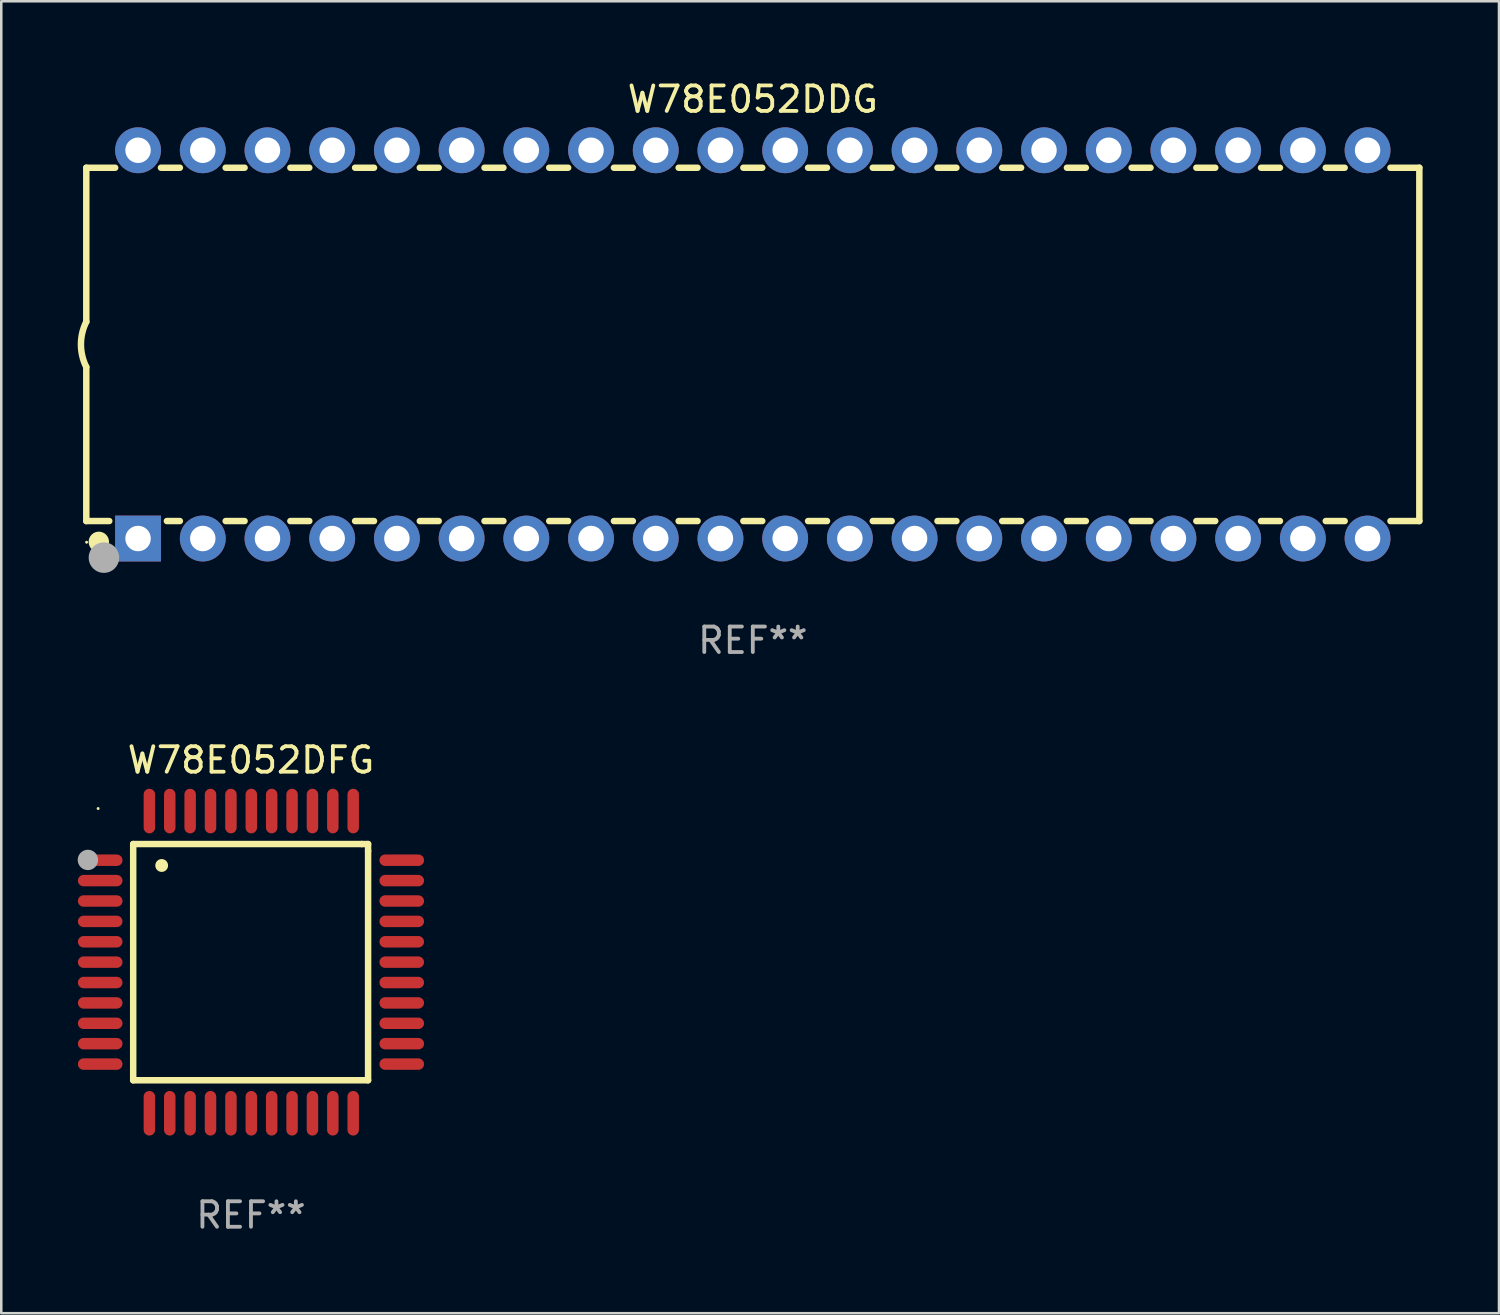
<source format=kicad_pcb>
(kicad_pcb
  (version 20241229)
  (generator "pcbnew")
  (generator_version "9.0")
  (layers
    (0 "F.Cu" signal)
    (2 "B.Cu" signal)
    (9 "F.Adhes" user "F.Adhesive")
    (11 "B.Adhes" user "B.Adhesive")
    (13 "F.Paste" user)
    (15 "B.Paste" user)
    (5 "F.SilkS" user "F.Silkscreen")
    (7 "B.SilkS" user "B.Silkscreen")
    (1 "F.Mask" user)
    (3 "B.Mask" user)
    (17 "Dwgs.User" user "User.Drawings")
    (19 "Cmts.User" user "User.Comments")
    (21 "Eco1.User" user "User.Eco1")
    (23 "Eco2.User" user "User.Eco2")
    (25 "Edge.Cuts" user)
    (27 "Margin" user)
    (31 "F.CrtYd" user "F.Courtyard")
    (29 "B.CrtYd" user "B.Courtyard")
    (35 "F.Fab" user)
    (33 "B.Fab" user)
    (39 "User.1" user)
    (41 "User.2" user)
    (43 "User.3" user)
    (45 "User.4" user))
  (footprint "W78E052DDG"
    (layer "F.Cu")
    (at 26.499 10.468)
    (property "Reference" "W78E052DDG" (at 0 -9.62 0) (layer "F.SilkS") (effects (font (size 1 1) (thickness 0.15))))
    (attr through_hole)
    (fp_line (start -26.162 -6.934) (end -26.162 -0.889) (stroke (width 0.254) (type solid)) (layer "F.SilkS"))
    (fp_line (start -26.162 -6.934) (end -25.029 -6.934) (stroke (width 0.254) (type solid)) (layer "F.SilkS"))
    (fp_line (start -26.162 6.934) (end -26.162 0.889) (stroke (width 0.254) (type solid)) (layer "F.SilkS"))
    (fp_line (start -26.162 6.934) (end -25.261 6.934) (stroke (width 0.254) (type solid)) (layer "F.SilkS"))
    (fp_line (start -23.231 -6.934) (end -22.489 -6.934) (stroke (width 0.254) (type solid)) (layer "F.SilkS"))
    (fp_line (start -22.999 6.934) (end -22.489 6.934) (stroke (width 0.254) (type solid)) (layer "F.SilkS"))
    (fp_line (start -20.691 -6.934) (end -19.949 -6.934) (stroke (width 0.254) (type solid)) (layer "F.SilkS"))
    (fp_line (start -20.691 6.934) (end -19.949 6.934) (stroke (width 0.254) (type solid)) (layer "F.SilkS"))
    (fp_line (start -18.151 -6.934) (end -17.409 -6.934) (stroke (width 0.254) (type solid)) (layer "F.SilkS"))
    (fp_line (start -18.151 6.934) (end -17.409 6.934) (stroke (width 0.254) (type solid)) (layer "F.SilkS"))
    (fp_line (start -15.611 -6.934) (end -14.869 -6.934) (stroke (width 0.254) (type solid)) (layer "F.SilkS"))
    (fp_line (start -15.611 6.934) (end -14.869 6.934) (stroke (width 0.254) (type solid)) (layer "F.SilkS"))
    (fp_line (start -13.071 -6.934) (end -12.329 -6.934) (stroke (width 0.254) (type solid)) (layer "F.SilkS"))
    (fp_line (start -13.071 6.934) (end -12.329 6.934) (stroke (width 0.254) (type solid)) (layer "F.SilkS"))
    (fp_line (start -10.531 -6.934) (end -9.789 -6.934) (stroke (width 0.254) (type solid)) (layer "F.SilkS"))
    (fp_line (start -10.531 6.934) (end -9.789 6.934) (stroke (width 0.254) (type solid)) (layer "F.SilkS"))
    (fp_line (start -7.991 -6.934) (end -7.249 -6.934) (stroke (width 0.254) (type solid)) (layer "F.SilkS"))
    (fp_line (start -7.991 6.934) (end -7.249 6.934) (stroke (width 0.254) (type solid)) (layer "F.SilkS"))
    (fp_line (start -5.451 -6.934) (end -4.709 -6.934) (stroke (width 0.254) (type solid)) (layer "F.SilkS"))
    (fp_line (start -5.451 6.934) (end -4.709 6.934) (stroke (width 0.254) (type solid)) (layer "F.SilkS"))
    (fp_line (start -2.911 -6.934) (end -2.169 -6.934) (stroke (width 0.254) (type solid)) (layer "F.SilkS"))
    (fp_line (start -2.911 6.934) (end -2.169 6.934) (stroke (width 0.254) (type solid)) (layer "F.SilkS"))
    (fp_line (start -0.371 -6.934) (end 0.371 -6.934) (stroke (width 0.254) (type solid)) (layer "F.SilkS"))
    (fp_line (start -0.371 6.934) (end 0.371 6.934) (stroke (width 0.254) (type solid)) (layer "F.SilkS"))
    (fp_line (start 2.169 -6.934) (end 2.911 -6.934) (stroke (width 0.254) (type solid)) (layer "F.SilkS"))
    (fp_line (start 2.169 6.934) (end 2.911 6.934) (stroke (width 0.254) (type solid)) (layer "F.SilkS"))
    (fp_line (start 4.709 -6.934) (end 5.451 -6.934) (stroke (width 0.254) (type solid)) (layer "F.SilkS"))
    (fp_line (start 4.709 6.934) (end 5.451 6.934) (stroke (width 0.254) (type solid)) (layer "F.SilkS"))
    (fp_line (start 7.249 -6.934) (end 7.991 -6.934) (stroke (width 0.254) (type solid)) (layer "F.SilkS"))
    (fp_line (start 7.249 6.934) (end 7.991 6.934) (stroke (width 0.254) (type solid)) (layer "F.SilkS"))
    (fp_line (start 9.789 -6.934) (end 10.531 -6.934) (stroke (width 0.254) (type solid)) (layer "F.SilkS"))
    (fp_line (start 9.789 6.934) (end 10.531 6.934) (stroke (width 0.254) (type solid)) (layer "F.SilkS"))
    (fp_line (start 12.329 -6.934) (end 13.071 -6.934) (stroke (width 0.254) (type solid)) (layer "F.SilkS"))
    (fp_line (start 12.329 6.934) (end 13.071 6.934) (stroke (width 0.254) (type solid)) (layer "F.SilkS"))
    (fp_line (start 14.869 -6.934) (end 15.611 -6.934) (stroke (width 0.254) (type solid)) (layer "F.SilkS"))
    (fp_line (start 14.869 6.934) (end 15.611 6.934) (stroke (width 0.254) (type solid)) (layer "F.SilkS"))
    (fp_line (start 17.409 -6.934) (end 18.151 -6.934) (stroke (width 0.254) (type solid)) (layer "F.SilkS"))
    (fp_line (start 17.409 6.934) (end 18.151 6.934) (stroke (width 0.254) (type solid)) (layer "F.SilkS"))
    (fp_line (start 19.949 -6.934) (end 20.691 -6.934) (stroke (width 0.254) (type solid)) (layer "F.SilkS"))
    (fp_line (start 19.949 6.934) (end 20.691 6.934) (stroke (width 0.254) (type solid)) (layer "F.SilkS"))
    (fp_line (start 22.489 -6.934) (end 23.231 -6.934) (stroke (width 0.254) (type solid)) (layer "F.SilkS"))
    (fp_line (start 22.489 6.934) (end 23.231 6.934) (stroke (width 0.254) (type solid)) (layer "F.SilkS"))
    (fp_line (start 25.029 -6.934) (end 26.162 -6.934) (stroke (width 0.254) (type solid)) (layer "F.SilkS"))
    (fp_line (start 25.029 6.934) (end 26.162 6.934) (stroke (width 0.254) (type solid)) (layer "F.SilkS"))
    (fp_line (start 26.162 -6.934) (end 26.162 6.934) (stroke (width 0.254) (type solid)) (layer "F.SilkS"))
    (fp_arc (start -26.162052 0.889001) (mid -26.371917 0) (end -26.162052 -0.889002) (stroke (width 0.254001) (type solid)) (layer "F.SilkS"))
    (fp_circle (center -26.15 7.765) (end -26.12 7.765) (stroke (width 0.06) (type solid)) (fill no) (layer "F.SilkS"))
    (fp_circle (center -25.67 7.75) (end -25.47 7.75) (stroke (width 0.4) (type solid)) (fill no) (layer "F.SilkS"))
    (fp_circle (center -25.47 8.37) (end -25.17 8.37) (stroke (width 0.6) (type solid)) (fill no) (layer "F.Fab"))
    (fp_text user "REF**" (at 0 11.62 0) (layer "F.Fab") (effects (font (size 1 1) (thickness 0.15))))
    (pad "1" thru_hole rect (at -24.13 7.62) (size 1.8 1.8) (drill 1) (layers "*.Cu" "*.Mask"))
    (pad "2" thru_hole circle (at -21.59 7.62) (size 1.8 1.8) (drill 1) (layers "*.Cu" "*.Mask"))
    (pad "3" thru_hole circle (at -19.05 7.62) (size 1.8 1.8) (drill 1) (layers "*.Cu" "*.Mask"))
    (pad "4" thru_hole circle (at -16.51 7.62) (size 1.8 1.8) (drill 1) (layers "*.Cu" "*.Mask"))
    (pad "5" thru_hole circle (at -13.97 7.62) (size 1.8 1.8) (drill 1) (layers "*.Cu" "*.Mask"))
    (pad "6" thru_hole circle (at -11.43 7.62) (size 1.8 1.8) (drill 1) (layers "*.Cu" "*.Mask"))
    (pad "7" thru_hole circle (at -8.89 7.62) (size 1.8 1.8) (drill 1) (layers "*.Cu" "*.Mask"))
    (pad "8" thru_hole circle (at -6.35 7.62) (size 1.8 1.8) (drill 1) (layers "*.Cu" "*.Mask"))
    (pad "9" thru_hole circle (at -3.81 7.62) (size 1.8 1.8) (drill 1) (layers "*.Cu" "*.Mask"))
    (pad "10" thru_hole circle (at -1.27 7.62) (size 1.8 1.8) (drill 1) (layers "*.Cu" "*.Mask"))
    (pad "11" thru_hole circle (at 1.27 7.62) (size 1.8 1.8) (drill 1) (layers "*.Cu" "*.Mask"))
    (pad "12" thru_hole circle (at 3.81 7.62) (size 1.8 1.8) (drill 1) (layers "*.Cu" "*.Mask"))
    (pad "13" thru_hole circle (at 6.35 7.62) (size 1.8 1.8) (drill 1) (layers "*.Cu" "*.Mask"))
    (pad "14" thru_hole circle (at 8.89 7.62) (size 1.8 1.8) (drill 1) (layers "*.Cu" "*.Mask"))
    (pad "15" thru_hole circle (at 11.43 7.62) (size 1.8 1.8) (drill 1) (layers "*.Cu" "*.Mask"))
    (pad "16" thru_hole circle (at 13.97 7.62) (size 1.8 1.8) (drill 1) (layers "*.Cu" "*.Mask"))
    (pad "17" thru_hole circle (at 16.51 7.62) (size 1.8 1.8) (drill 1) (layers "*.Cu" "*.Mask"))
    (pad "18" thru_hole circle (at 19.05 7.62) (size 1.8 1.8) (drill 1) (layers "*.Cu" "*.Mask"))
    (pad "19" thru_hole circle (at 21.59 7.62) (size 1.8 1.8) (drill 1) (layers "*.Cu" "*.Mask"))
    (pad "20" thru_hole circle (at 24.13 7.62) (size 1.8 1.8) (drill 1) (layers "*.Cu" "*.Mask"))
    (pad "21" thru_hole circle (at 24.13 -7.62) (size 1.8 1.8) (drill 1) (layers "*.Cu" "*.Mask"))
    (pad "22" thru_hole circle (at 21.59 -7.62) (size 1.8 1.8) (drill 1) (layers "*.Cu" "*.Mask"))
    (pad "23" thru_hole circle (at 19.05 -7.62) (size 1.8 1.8) (drill 1) (layers "*.Cu" "*.Mask"))
    (pad "24" thru_hole circle (at 16.51 -7.62) (size 1.8 1.8) (drill 1) (layers "*.Cu" "*.Mask"))
    (pad "25" thru_hole circle (at 13.97 -7.62) (size 1.8 1.8) (drill 1) (layers "*.Cu" "*.Mask"))
    (pad "26" thru_hole circle (at 11.43 -7.62) (size 1.8 1.8) (drill 1) (layers "*.Cu" "*.Mask"))
    (pad "27" thru_hole circle (at 8.89 -7.62) (size 1.8 1.8) (drill 1) (layers "*.Cu" "*.Mask"))
    (pad "28" thru_hole circle (at 6.35 -7.62) (size 1.8 1.8) (drill 1) (layers "*.Cu" "*.Mask"))
    (pad "29" thru_hole circle (at 3.81 -7.62) (size 1.8 1.8) (drill 1) (layers "*.Cu" "*.Mask"))
    (pad "30" thru_hole circle (at 1.27 -7.62) (size 1.8 1.8) (drill 1) (layers "*.Cu" "*.Mask"))
    (pad "31" thru_hole circle (at -1.27 -7.62) (size 1.8 1.8) (drill 1) (layers "*.Cu" "*.Mask"))
    (pad "32" thru_hole circle (at -3.81 -7.62) (size 1.8 1.8) (drill 1) (layers "*.Cu" "*.Mask"))
    (pad "33" thru_hole circle (at -6.35 -7.62) (size 1.8 1.8) (drill 1) (layers "*.Cu" "*.Mask"))
    (pad "34" thru_hole circle (at -8.89 -7.62) (size 1.8 1.8) (drill 1) (layers "*.Cu" "*.Mask"))
    (pad "35" thru_hole circle (at -11.43 -7.62) (size 1.8 1.8) (drill 1) (layers "*.Cu" "*.Mask"))
    (pad "36" thru_hole circle (at -13.97 -7.62) (size 1.8 1.8) (drill 1) (layers "*.Cu" "*.Mask"))
    (pad "37" thru_hole circle (at -16.51 -7.62) (size 1.8 1.8) (drill 1) (layers "*.Cu" "*.Mask"))
    (pad "38" thru_hole circle (at -19.05 -7.62) (size 1.8 1.8) (drill 1) (layers "*.Cu" "*.Mask"))
    (pad "39" thru_hole circle (at -21.59 -7.62) (size 1.8 1.8) (drill 1) (layers "*.Cu" "*.Mask"))
    (pad "40" thru_hole circle (at -24.13 -7.62) (size 1.8 1.8) (drill 1) (layers "*.Cu" "*.Mask")))
  (footprint "W78E052DFG"
    (layer "F.Cu")
    (at 6.801 34.716)
    (property "Reference" "W78E052DFG" (at 0 -7.931 0) (layer "F.SilkS") (effects (font (size 1 1) (thickness 0.15))))
    (attr through_hole)
    (fp_line (start -4.623 -4.636) (end 4.35 -4.636) (stroke (width 0.254) (type solid)) (layer "F.SilkS"))
    (fp_line (start -4.623 4.636) (end -4.623 -4.636) (stroke (width 0.254) (type solid)) (layer "F.SilkS"))
    (fp_line (start 4.35 -4.636) (end 4.597 -4.636) (stroke (width 0.254) (type solid)) (layer "F.SilkS"))
    (fp_line (start 4.597 -4.636) (end 4.597 -4.363) (stroke (width 0.254) (type solid)) (layer "F.SilkS"))
    (fp_line (start 4.597 -4.363) (end 4.597 4.636) (stroke (width 0.254) (type solid)) (layer "F.SilkS"))
    (fp_line (start 4.597 4.636) (end -4.623 4.636) (stroke (width 0.254) (type solid)) (layer "F.SilkS"))
    (fp_arc (start -3.505207 -3.792228) (mid -3.50522 -3.794768) (end -3.505207 -3.797308) (stroke (width 0.5) (type solid)) (layer "F.SilkS"))
    (fp_circle (center -6 -6.03) (end -5.97 -6.03) (stroke (width 0.06) (type solid)) (fill no) (layer "F.SilkS"))
    (fp_circle (center -6.401 -4.013) (end -6.201 -4.013) (stroke (width 0.4) (type solid)) (fill no) (layer "F.Fab"))
    (fp_text user "REF**" (at 0 9.931 0) (layer "F.Fab") (effects (font (size 1 1) (thickness 0.15))))
    (pad "1" smd oval (at -5.918 -4.001 90) (size 0.45 1.75) (layers "F.Cu" "F.Mask" "F.Paste"))
    (pad "2" smd oval (at -5.918 -3.2 90) (size 0.45 1.75) (layers "F.Cu" "F.Mask" "F.Paste"))
    (pad "3" smd oval (at -5.918 -2.4 90) (size 0.45 1.75) (layers "F.Cu" "F.Mask" "F.Paste"))
    (pad "4" smd oval (at -5.918 -1.6 90) (size 0.45 1.75) (layers "F.Cu" "F.Mask" "F.Paste"))
    (pad "5" smd oval (at -5.918 -0.8 90) (size 0.45 1.75) (layers "F.Cu" "F.Mask" "F.Paste"))
    (pad "6" smd oval (at -5.918 0 90) (size 0.45 1.75) (layers "F.Cu" "F.Mask" "F.Paste"))
    (pad "7" smd oval (at -5.918 0.8 90) (size 0.45 1.75) (layers "F.Cu" "F.Mask" "F.Paste"))
    (pad "8" smd oval (at -5.918 1.6 90) (size 0.45 1.75) (layers "F.Cu" "F.Mask" "F.Paste"))
    (pad "9" smd oval (at -5.918 2.4 90) (size 0.45 1.75) (layers "F.Cu" "F.Mask" "F.Paste"))
    (pad "10" smd oval (at -5.918 3.2 90) (size 0.45 1.75) (layers "F.Cu" "F.Mask" "F.Paste"))
    (pad "11" smd oval (at -5.918 4.001 90) (size 0.45 1.75) (layers "F.Cu" "F.Mask" "F.Paste"))
    (pad "12" smd oval (at -3.988 5.931) (size 0.45 1.75) (layers "F.Cu" "F.Mask" "F.Paste"))
    (pad "13" smd oval (at -3.188 5.931) (size 0.45 1.75) (layers "F.Cu" "F.Mask" "F.Paste"))
    (pad "14" smd oval (at -2.388 5.931) (size 0.45 1.75) (layers "F.Cu" "F.Mask" "F.Paste"))
    (pad "15" smd oval (at -1.588 5.931) (size 0.45 1.75) (layers "F.Cu" "F.Mask" "F.Paste"))
    (pad "16" smd oval (at -0.787 5.931) (size 0.45 1.75) (layers "F.Cu" "F.Mask" "F.Paste"))
    (pad "17" smd oval (at 0.013 5.931) (size 0.45 1.75) (layers "F.Cu" "F.Mask" "F.Paste"))
    (pad "18" smd oval (at 0.813 5.931) (size 0.45 1.75) (layers "F.Cu" "F.Mask" "F.Paste"))
    (pad "19" smd oval (at 1.613 5.931) (size 0.45 1.75) (layers "F.Cu" "F.Mask" "F.Paste"))
    (pad "20" smd oval (at 2.413 5.931) (size 0.45 1.75) (layers "F.Cu" "F.Mask" "F.Paste"))
    (pad "21" smd oval (at 3.213 5.931) (size 0.45 1.75) (layers "F.Cu" "F.Mask" "F.Paste"))
    (pad "22" smd oval (at 4.013 5.931) (size 0.45 1.75) (layers "F.Cu" "F.Mask" "F.Paste"))
    (pad "23" smd oval (at 5.918 4.001 90) (size 0.45 1.75) (layers "F.Cu" "F.Mask" "F.Paste"))
    (pad "24" smd oval (at 5.918 3.2 90) (size 0.45 1.75) (layers "F.Cu" "F.Mask" "F.Paste"))
    (pad "25" smd oval (at 5.918 2.4 90) (size 0.45 1.75) (layers "F.Cu" "F.Mask" "F.Paste"))
    (pad "26" smd oval (at 5.918 1.6 90) (size 0.45 1.75) (layers "F.Cu" "F.Mask" "F.Paste"))
    (pad "27" smd oval (at 5.918 0.8 90) (size 0.45 1.75) (layers "F.Cu" "F.Mask" "F.Paste"))
    (pad "28" smd oval (at 5.918 0 90) (size 0.45 1.75) (layers "F.Cu" "F.Mask" "F.Paste"))
    (pad "29" smd oval (at 5.918 -0.8 90) (size 0.45 1.75) (layers "F.Cu" "F.Mask" "F.Paste"))
    (pad "30" smd oval (at 5.918 -1.6 90) (size 0.45 1.75) (layers "F.Cu" "F.Mask" "F.Paste"))
    (pad "31" smd oval (at 5.918 -2.4 90) (size 0.45 1.75) (layers "F.Cu" "F.Mask" "F.Paste"))
    (pad "32" smd oval (at 5.918 -3.2 90) (size 0.45 1.75) (layers "F.Cu" "F.Mask" "F.Paste"))
    (pad "33" smd oval (at 5.918 -4.001 90) (size 0.45 1.75) (layers "F.Cu" "F.Mask" "F.Paste"))
    (pad "34" smd oval (at 4.013 -5.931) (size 0.45 1.75) (layers "F.Cu" "F.Mask" "F.Paste"))
    (pad "35" smd oval (at 3.213 -5.931) (size 0.45 1.75) (layers "F.Cu" "F.Mask" "F.Paste"))
    (pad "36" smd oval (at 2.413 -5.931) (size 0.45 1.75) (layers "F.Cu" "F.Mask" "F.Paste"))
    (pad "37" smd oval (at 1.613 -5.931) (size 0.45 1.75) (layers "F.Cu" "F.Mask" "F.Paste"))
    (pad "38" smd oval (at 0.813 -5.931) (size 0.45 1.75) (layers "F.Cu" "F.Mask" "F.Paste"))
    (pad "39" smd oval (at 0.013 -5.931) (size 0.45 1.75) (layers "F.Cu" "F.Mask" "F.Paste"))
    (pad "40" smd oval (at -0.787 -5.931) (size 0.45 1.75) (layers "F.Cu" "F.Mask" "F.Paste"))
    (pad "41" smd oval (at -1.588 -5.931) (size 0.45 1.75) (layers "F.Cu" "F.Mask" "F.Paste"))
    (pad "42" smd oval (at -2.388 -5.931) (size 0.45 1.75) (layers "F.Cu" "F.Mask" "F.Paste"))
    (pad "43" smd oval (at -3.188 -5.931) (size 0.45 1.75) (layers "F.Cu" "F.Mask" "F.Paste"))
    (pad "44" smd oval (at -3.988 -5.931) (size 0.45 1.75) (layers "F.Cu" "F.Mask" "F.Paste")))
  (gr_rect
    (start -3 -3)
    (end 55.788 48.495)
    (stroke (width 0.1) (type default))
    (fill no)
    (layer "Edge.Cuts")))
</source>
